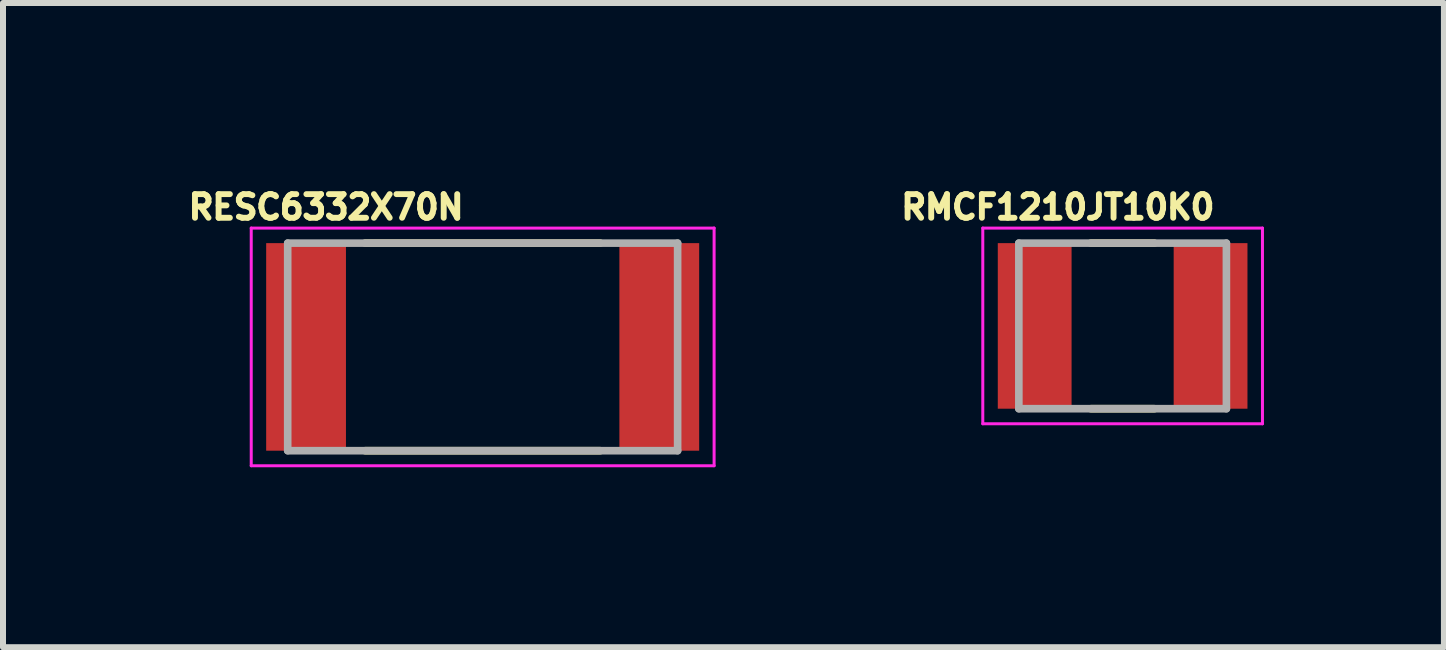
<source format=kicad_pcb>
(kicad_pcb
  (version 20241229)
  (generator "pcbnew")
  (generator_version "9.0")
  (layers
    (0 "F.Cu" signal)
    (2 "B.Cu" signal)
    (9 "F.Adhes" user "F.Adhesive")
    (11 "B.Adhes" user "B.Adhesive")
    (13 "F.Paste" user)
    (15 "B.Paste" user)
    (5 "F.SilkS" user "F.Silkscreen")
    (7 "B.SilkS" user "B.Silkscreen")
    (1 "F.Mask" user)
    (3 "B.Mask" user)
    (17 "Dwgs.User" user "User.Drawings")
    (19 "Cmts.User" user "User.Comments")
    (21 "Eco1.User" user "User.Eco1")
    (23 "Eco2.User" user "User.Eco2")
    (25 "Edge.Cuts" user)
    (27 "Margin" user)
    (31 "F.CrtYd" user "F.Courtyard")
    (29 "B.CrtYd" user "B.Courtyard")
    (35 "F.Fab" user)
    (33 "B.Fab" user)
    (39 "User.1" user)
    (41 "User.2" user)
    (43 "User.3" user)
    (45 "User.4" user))
  (footprint "RMCF1210JT10K0"
    (layer "F.Cu")
    (at 15.664 2.383)
    (property "Reference" "RMCF1210JT10K0" (at -1.08 -1.98 0) (layer "F.SilkS") (effects (font (size 0.394 0.394) (thickness 0.15))))
    (attr smd)
    (fp_line (start -0.53 -1.38) (end 0.53 -1.38) (stroke (width 0.127) (type solid)) (layer "F.SilkS"))
    (fp_line (start -0.53 1.38) (end 0.53 1.38) (stroke (width 0.127) (type solid)) (layer "F.SilkS"))
    (fp_line (start -2.331 -1.631) (end 2.331 -1.631) (stroke (width 0.05) (type solid)) (layer "F.CrtYd"))
    (fp_line (start -2.331 1.631) (end -2.331 -1.631) (stroke (width 0.05) (type solid)) (layer "F.CrtYd"))
    (fp_line (start -2.331 1.631) (end 2.331 1.631) (stroke (width 0.05) (type solid)) (layer "F.CrtYd"))
    (fp_line (start 2.331 1.631) (end 2.331 -1.631) (stroke (width 0.05) (type solid)) (layer "F.CrtYd"))
    (fp_line (start -1.73 1.38) (end -1.73 -1.38) (stroke (width 0.127) (type solid)) (layer "F.Fab"))
    (fp_line (start 1.73 -1.38) (end -1.73 -1.38) (stroke (width 0.127) (type solid)) (layer "F.Fab"))
    (fp_line (start 1.73 1.38) (end -1.73 1.38) (stroke (width 0.127) (type solid)) (layer "F.Fab"))
    (fp_line (start 1.73 1.38) (end 1.73 -1.38) (stroke (width 0.127) (type solid)) (layer "F.Fab"))
    (pad "1" smd rect (at -1.466 0) (size 1.23 2.76) (layers "F.Cu" "F.Mask" "F.Paste"))
    (pad "2" smd rect (at 1.466 0) (size 1.23 2.76) (layers "F.Cu" "F.Mask" "F.Paste")))
  (footprint "RESC6332X70N"
    (layer "F.Cu")
    (at 4.996 2.733)
    (property "Reference" "RESC6332X70N" (at -2.61 -2.33 0) (layer "F.SilkS") (effects (font (size 0.394 0.394) (thickness 0.15))))
    (attr smd)
    (fp_line (start -1.96 -1.73) (end 1.96 -1.73) (stroke (width 0.127) (type solid)) (layer "F.SilkS"))
    (fp_line (start -1.96 1.73) (end 1.96 1.73) (stroke (width 0.127) (type solid)) (layer "F.SilkS"))
    (fp_line (start -3.858 -1.981) (end 3.858 -1.981) (stroke (width 0.05) (type solid)) (layer "F.CrtYd"))
    (fp_line (start -3.858 1.981) (end -3.858 -1.981) (stroke (width 0.05) (type solid)) (layer "F.CrtYd"))
    (fp_line (start -3.858 1.981) (end 3.858 1.981) (stroke (width 0.05) (type solid)) (layer "F.CrtYd"))
    (fp_line (start 3.858 1.981) (end 3.858 -1.981) (stroke (width 0.05) (type solid)) (layer "F.CrtYd"))
    (fp_line (start -3.25 1.73) (end -3.25 -1.73) (stroke (width 0.127) (type solid)) (layer "F.Fab"))
    (fp_line (start 3.25 -1.73) (end -3.25 -1.73) (stroke (width 0.127) (type solid)) (layer "F.Fab"))
    (fp_line (start 3.25 1.73) (end -3.25 1.73) (stroke (width 0.127) (type solid)) (layer "F.Fab"))
    (fp_line (start 3.25 1.73) (end 3.25 -1.73) (stroke (width 0.127) (type solid)) (layer "F.Fab"))
    (pad "1" smd rect (at -2.944 0) (size 1.33 3.46) (layers "F.Cu" "F.Mask" "F.Paste"))
    (pad "2" smd rect (at 2.944 0) (size 1.33 3.46) (layers "F.Cu" "F.Mask" "F.Paste")))
  (gr_rect
    (start -3 -3)
    (end 21.02 7.739)
    (stroke (width 0.1) (type default))
    (fill no)
    (layer "Edge.Cuts")))
</source>
